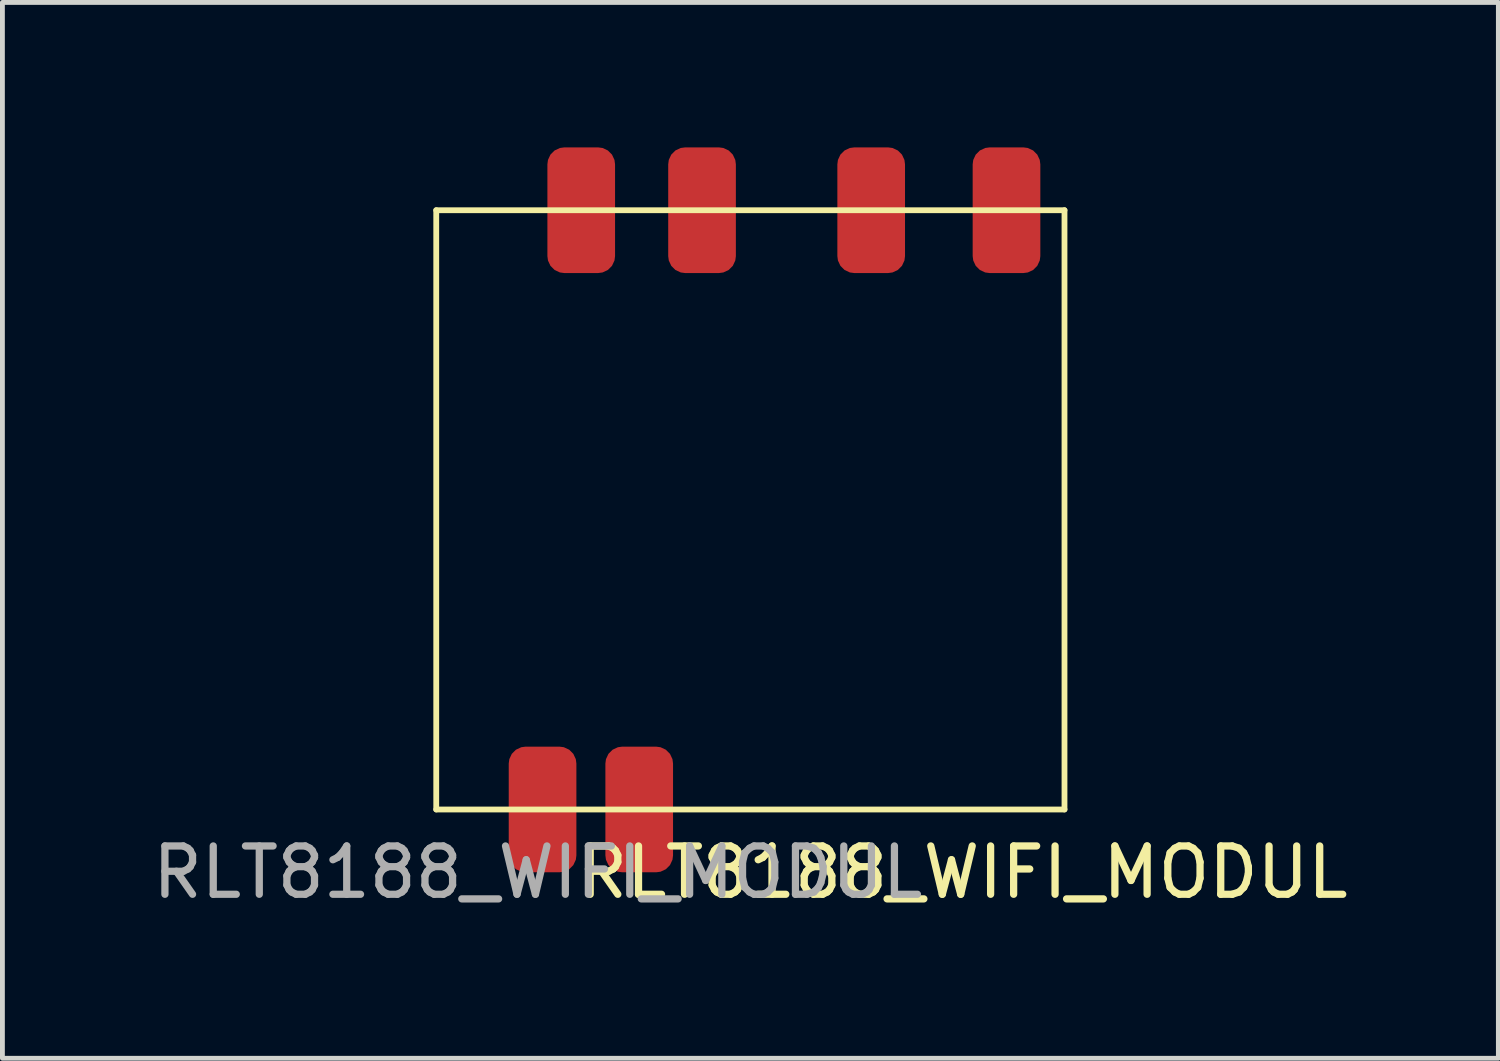
<source format=kicad_pcb>
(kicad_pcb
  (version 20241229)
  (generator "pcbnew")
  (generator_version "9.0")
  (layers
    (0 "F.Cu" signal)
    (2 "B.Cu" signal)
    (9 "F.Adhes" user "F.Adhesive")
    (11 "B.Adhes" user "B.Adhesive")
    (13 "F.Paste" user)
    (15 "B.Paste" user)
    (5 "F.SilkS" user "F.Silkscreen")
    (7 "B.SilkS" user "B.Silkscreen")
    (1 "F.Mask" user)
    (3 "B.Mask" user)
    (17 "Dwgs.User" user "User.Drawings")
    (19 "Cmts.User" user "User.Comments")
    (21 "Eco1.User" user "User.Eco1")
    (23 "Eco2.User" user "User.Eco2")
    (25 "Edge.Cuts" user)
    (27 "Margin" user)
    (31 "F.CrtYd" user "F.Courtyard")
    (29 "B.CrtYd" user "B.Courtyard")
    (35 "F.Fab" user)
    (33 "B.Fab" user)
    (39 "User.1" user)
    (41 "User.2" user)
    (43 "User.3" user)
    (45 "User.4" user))
  (footprint "RLT8188_WIFI_MODUL"
    (layer "F.Cu")
    (at 11.077 8.2)
    (property "Reference" "RLT8188_WIFI_MODUL" (at 5.8 6.8 0) (unlocked yes) (layer "F.SilkS") (effects (font (size 1 1) (thickness 0.15))))
    (attr smd)
    (fp_line (start -5.1 -6.9) (end 7.9 -6.9) (stroke (width 0.12) (type solid)) (layer "F.SilkS"))
    (fp_line (start -5.1 5.5) (end -5.1 -6.9) (stroke (width 0.12) (type solid)) (layer "F.SilkS"))
    (fp_line (start 7.9 -6.9) (end 7.9 5.5) (stroke (width 0.12) (type solid)) (layer "F.SilkS"))
    (fp_line (start 7.9 5.5) (end -5.1 5.5) (stroke (width 0.12) (type solid)) (layer "F.SilkS"))
    (fp_text user "${REFERENCE}" (at -3 6.8 0) (unlocked yes) (layer "F.Fab") (effects (font (size 1 1) (thickness 0.15))))
    (pad "1" smd roundrect (at 6.7 -6.9) (size 1.4 2.6) (layers "F.Cu" "F.Mask" "F.Paste") (roundrect_rratio 0.25))
    (pad "2" smd roundrect (at 3.9 -6.9) (size 1.4 2.6) (layers "F.Cu" "F.Mask" "F.Paste") (roundrect_rratio 0.25))
    (pad "3" smd roundrect (at 0.4 -6.9) (size 1.4 2.6) (layers "F.Cu" "F.Mask" "F.Paste") (roundrect_rratio 0.25))
    (pad "4" smd roundrect (at -2.1 -6.9) (size 1.4 2.6) (layers "F.Cu" "F.Mask" "F.Paste") (roundrect_rratio 0.25))
    (pad "5" smd roundrect (at -2.9 5.5) (size 1.4 2.6) (layers "F.Cu" "F.Mask" "F.Paste") (roundrect_rratio 0.25))
    (pad "6" smd roundrect (at -0.9 5.5) (size 1.4 2.6) (layers "F.Cu" "F.Mask" "F.Paste") (roundrect_rratio 0.25)))
  (gr_rect
    (start -3 -3)
    (end 27.955 18.848)
    (stroke (width 0.1) (type default))
    (fill no)
    (layer "Edge.Cuts")))
</source>
